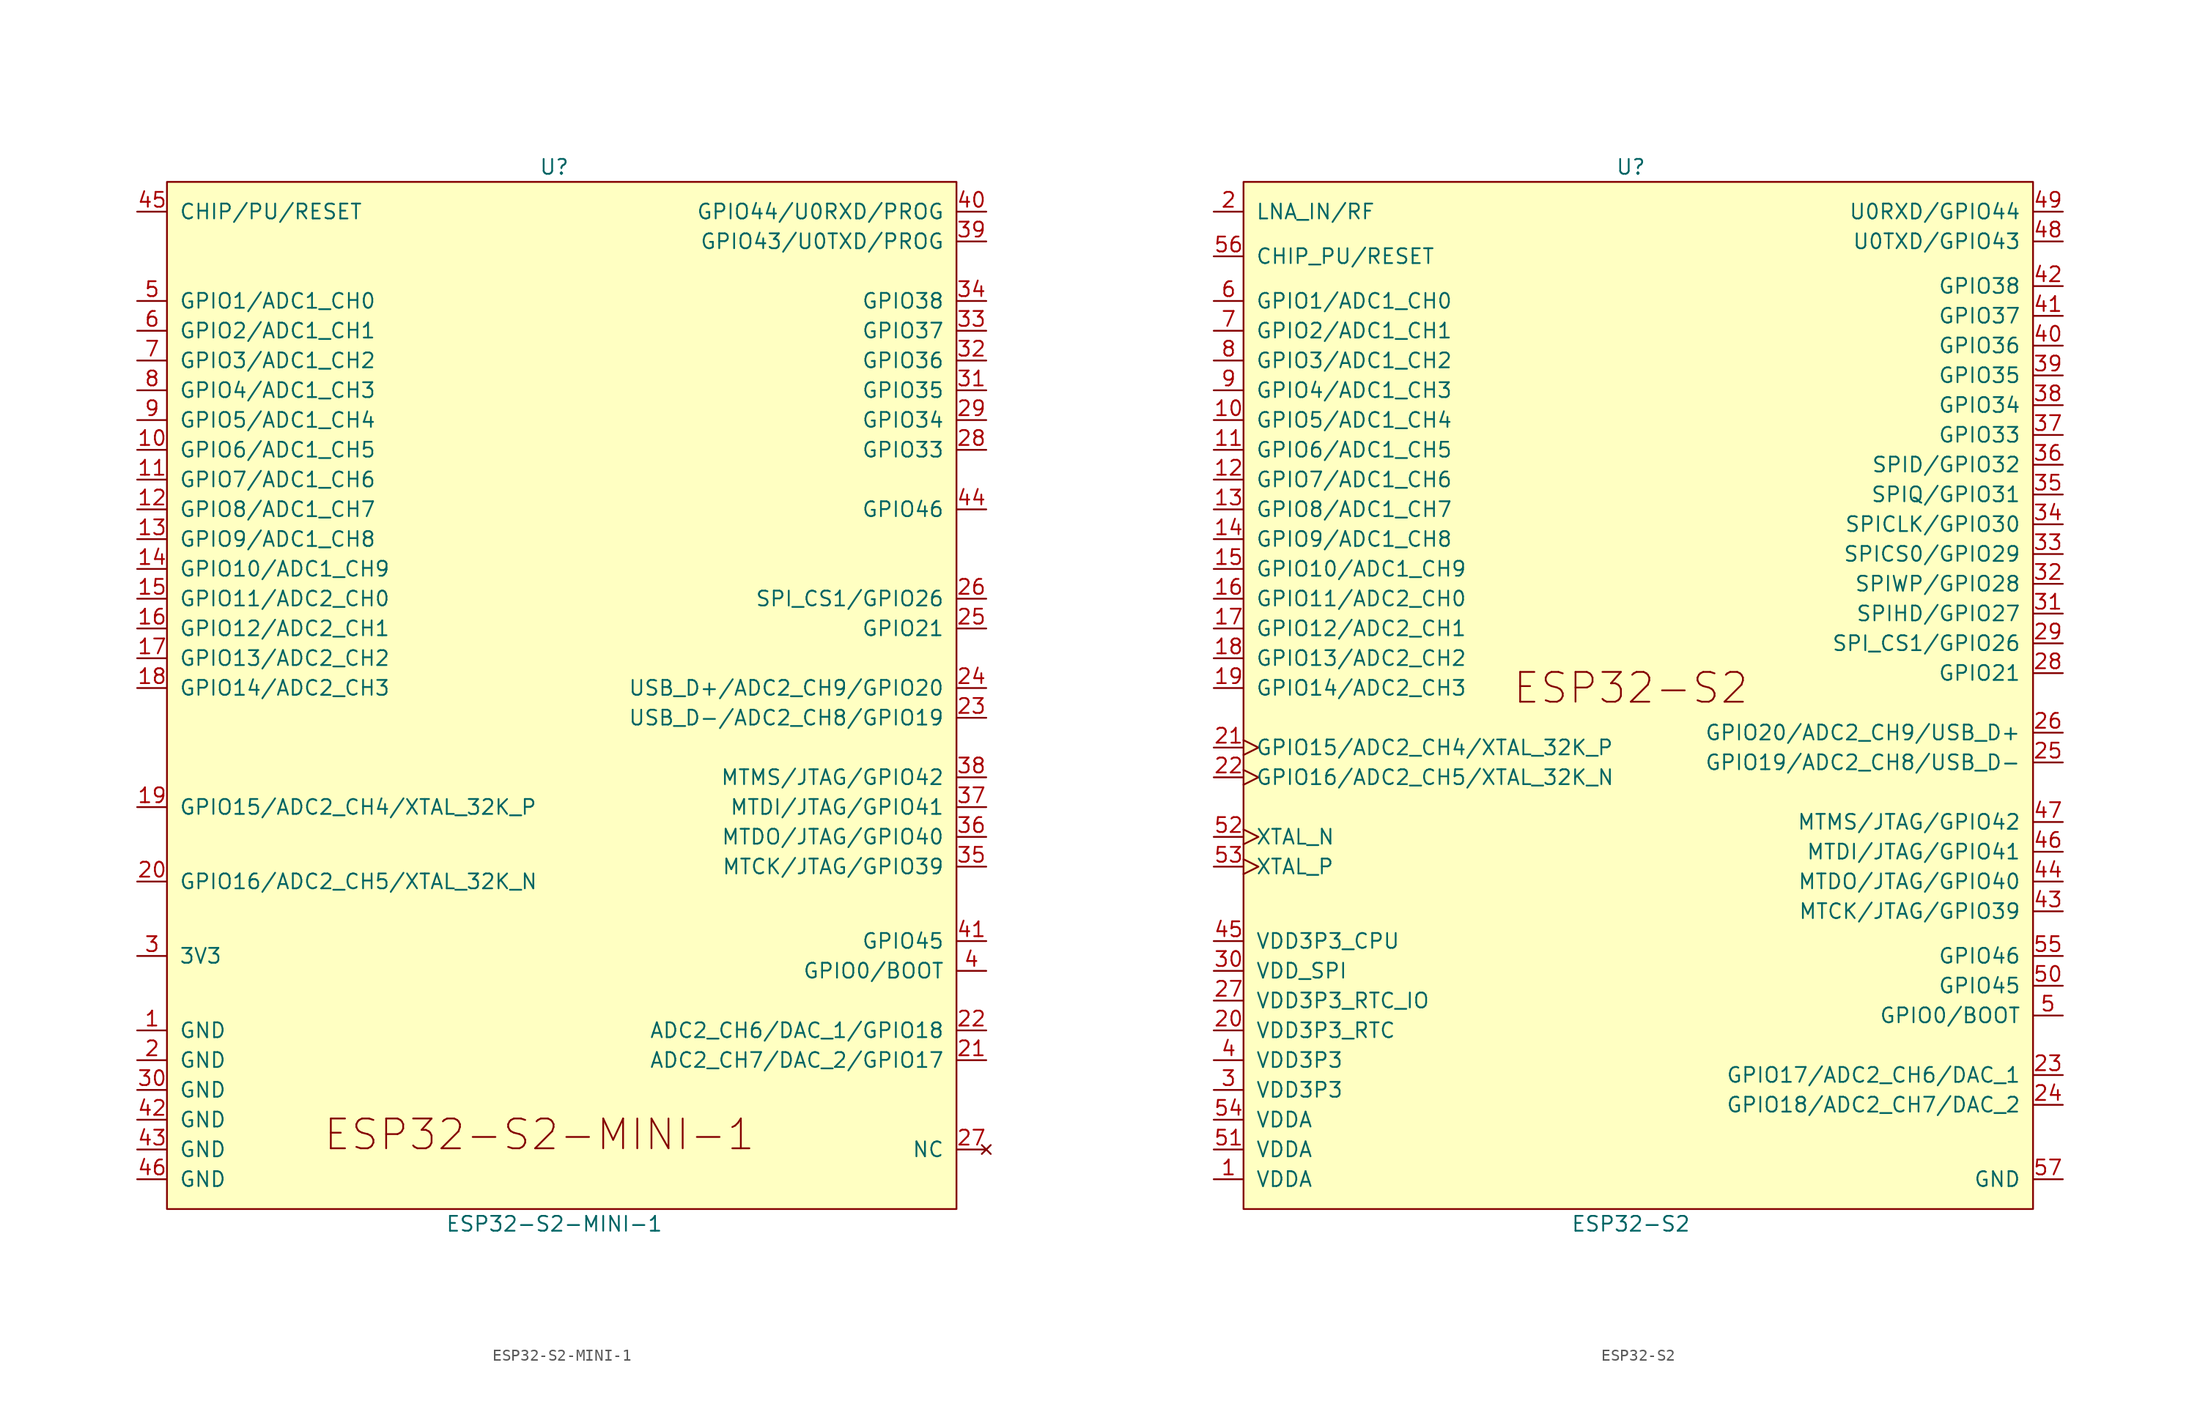
<source format=kicad_sym>
(kicad_symbol_lib
  (version 20211014)
  (generator kicad_symbol_editor)
  (symbol "ESP32-S2-MINI-1"
    (pin_names
      (offset 1.016))
    (property "Reference" "U"
      (at 0 46.99 0)
      (effects (font (size 1.27 1.27))))
    (property "Value" "ESP32-S2-MINI-1"
      (at 0 -43.18 0)
      (effects (font (size 1.27 1.27))))
    (symbol "ESP32-S2-MINI-1_0_0"
      (pin power_in line (at -35.56 -36.83 0) (length 2.54) (name "GND" (effects (font (size 1.27 1.27)))) (number "43" (effects (font (size 1.27 1.27)))))
      (pin input line (at 36.83 17.78 180) (length 2.54) (name "GPIO46" (effects (font (size 1.27 1.27)))) (number "44" (effects (font (size 1.27 1.27)))))
      (pin bidirectional line (at -35.56 43.18 0) (length 2.54) (name "CHIP/PU/RESET" (effects (font (size 1.27 1.27)))) (number "45" (effects (font (size 1.27 1.27)))))
      (pin power_in line (at -35.56 -39.37 0) (length 2.54) (name "GND" (effects (font (size 1.27 1.27)))) (number "46" (effects (font (size 1.27 1.27))))))
    (symbol "ESP32-S2-MINI-1_1_1"
      (rectangle (start -33.02 -41.91) (end 34.29 45.72) (stroke (width 0) (type default) (color 0 0 0 0)) (fill (type background)))
      (text "ESP32-S2-MINI-1" (at -1.27 -35.56 0) (effects (font (size 2.54 2.54))))
      (pin power_in line (at -35.56 -26.67 0) (length 2.54) (name "GND" (effects (font (size 1.27 1.27)))) (number "1" (effects (font (size 1.27 1.27)))))
      (pin bidirectional line (at -35.56 22.86 0) (length 2.54) (name "GPIO6/ADC1_CH5" (effects (font (size 1.27 1.27)))) (number "10" (effects (font (size 1.27 1.27)))))
      (pin bidirectional line (at -35.56 20.32 0) (length 2.54) (name "GPIO7/ADC1_CH6" (effects (font (size 1.27 1.27)))) (number "11" (effects (font (size 1.27 1.27)))))
      (pin bidirectional line (at -35.56 17.78 0) (length 2.54) (name "GPIO8/ADC1_CH7" (effects (font (size 1.27 1.27)))) (number "12" (effects (font (size 1.27 1.27)))))
      (pin bidirectional line (at -35.56 15.24 0) (length 2.54) (name "GPIO9/ADC1_CH8" (effects (font (size 1.27 1.27)))) (number "13" (effects (font (size 1.27 1.27)))))
      (pin bidirectional line (at -35.56 12.7 0) (length 2.54) (name "GPIO10/ADC1_CH9" (effects (font (size 1.27 1.27)))) (number "14" (effects (font (size 1.27 1.27)))))
      (pin bidirectional line (at -35.56 10.16 0) (length 2.54) (name "GPIO11/ADC2_CH0" (effects (font (size 1.27 1.27)))) (number "15" (effects (font (size 1.27 1.27)))))
      (pin bidirectional line (at -35.56 7.62 0) (length 2.54) (name "GPIO12/ADC2_CH1" (effects (font (size 1.27 1.27)))) (number "16" (effects (font (size 1.27 1.27)))))
      (pin bidirectional line (at -35.56 5.08 0) (length 2.54) (name "GPIO13/ADC2_CH2" (effects (font (size 1.27 1.27)))) (number "17" (effects (font (size 1.27 1.27)))))
      (pin bidirectional line (at -35.56 2.54 0) (length 2.54) (name "GPIO14/ADC2_CH3" (effects (font (size 1.27 1.27)))) (number "18" (effects (font (size 1.27 1.27)))))
      (pin bidirectional line (at -35.56 -7.62 0) (length 2.54) (name "GPIO15/ADC2_CH4/XTAL_32K_P" (effects (font (size 1.27 1.27)))) (number "19" (effects (font (size 1.27 1.27)))))
      (pin power_in line (at -35.56 -29.21 0) (length 2.54) (name "GND" (effects (font (size 1.27 1.27)))) (number "2" (effects (font (size 1.27 1.27)))))
      (pin bidirectional line (at -35.56 -13.97 0) (length 2.54) (name "GPIO16/ADC2_CH5/XTAL_32K_N" (effects (font (size 1.27 1.27)))) (number "20" (effects (font (size 1.27 1.27)))))
      (pin bidirectional line (at 36.83 -29.21 180) (length 2.54) (name "ADC2_CH7/DAC_2/GPIO17" (effects (font (size 1.27 1.27)))) (number "21" (effects (font (size 1.27 1.27)))))
      (pin bidirectional line (at 36.83 -26.67 180) (length 2.54) (name "ADC2_CH6/DAC_1/GPIO18" (effects (font (size 1.27 1.27)))) (number "22" (effects (font (size 1.27 1.27)))))
      (pin bidirectional line (at 36.83 0 180) (length 2.54) (name "USB_D-/ADC2_CH8/GPIO19" (effects (font (size 1.27 1.27)))) (number "23" (effects (font (size 1.27 1.27)))))
      (pin bidirectional line (at 36.83 2.54 180) (length 2.54) (name "USB_D+/ADC2_CH9/GPIO20" (effects (font (size 1.27 1.27)))) (number "24" (effects (font (size 1.27 1.27)))))
      (pin bidirectional line (at 36.83 7.62 180) (length 2.54) (name "GPIO21" (effects (font (size 1.27 1.27)))) (number "25" (effects (font (size 1.27 1.27)))))
      (pin bidirectional line (at 36.83 10.16 180) (length 2.54) (name "SPI_CS1/GPIO26" (effects (font (size 1.27 1.27)))) (number "26" (effects (font (size 1.27 1.27)))))
      (pin no_connect line (at 36.83 -36.83 180) (length 2.54) (name "NC" (effects (font (size 1.27 1.27)))) (number "27" (effects (font (size 1.27 1.27)))))
      (pin bidirectional line (at 36.83 22.86 180) (length 2.54) (name "GPIO33" (effects (font (size 1.27 1.27)))) (number "28" (effects (font (size 1.27 1.27)))))
      (pin bidirectional line (at 36.83 25.4 180) (length 2.54) (name "GPIO34" (effects (font (size 1.27 1.27)))) (number "29" (effects (font (size 1.27 1.27)))))
      (pin power_in line (at -35.56 -20.32 0) (length 2.54) (name "3V3" (effects (font (size 1.27 1.27)))) (number "3" (effects (font (size 1.27 1.27)))))
      (pin power_in line (at -35.56 -31.75 0) (length 2.54) (name "GND" (effects (font (size 1.27 1.27)))) (number "30" (effects (font (size 1.27 1.27)))))
      (pin bidirectional line (at 36.83 27.94 180) (length 2.54) (name "GPIO35" (effects (font (size 1.27 1.27)))) (number "31" (effects (font (size 1.27 1.27)))))
      (pin bidirectional line (at 36.83 30.48 180) (length 2.54) (name "GPIO36" (effects (font (size 1.27 1.27)))) (number "32" (effects (font (size 1.27 1.27)))))
      (pin bidirectional line (at 36.83 33.02 180) (length 2.54) (name "GPIO37" (effects (font (size 1.27 1.27)))) (number "33" (effects (font (size 1.27 1.27)))))
      (pin bidirectional line (at 36.83 35.56 180) (length 2.54) (name "GPIO38" (effects (font (size 1.27 1.27)))) (number "34" (effects (font (size 1.27 1.27)))))
      (pin bidirectional line (at 36.83 -12.7 180) (length 2.54) (name "MTCK/JTAG/GPIO39" (effects (font (size 1.27 1.27)))) (number "35" (effects (font (size 1.27 1.27)))))
      (pin bidirectional line (at 36.83 -10.16 180) (length 2.54) (name "MTDO/JTAG/GPIO40" (effects (font (size 1.27 1.27)))) (number "36" (effects (font (size 1.27 1.27)))))
      (pin bidirectional line (at 36.83 -7.62 180) (length 2.54) (name "MTDI/JTAG/GPIO41" (effects (font (size 1.27 1.27)))) (number "37" (effects (font (size 1.27 1.27)))))
      (pin bidirectional line (at 36.83 -5.08 180) (length 2.54) (name "MTMS/JTAG/GPIO42" (effects (font (size 1.27 1.27)))) (number "38" (effects (font (size 1.27 1.27)))))
      (pin bidirectional line (at 36.83 40.64 180) (length 2.54) (name "GPIO43/U0TXD/PROG" (effects (font (size 1.27 1.27)))) (number "39" (effects (font (size 1.27 1.27)))))
      (pin bidirectional line (at 36.83 -21.59 180) (length 2.54) (name "GPIO0/BOOT" (effects (font (size 1.27 1.27)))) (number "4" (effects (font (size 1.27 1.27)))))
      (pin bidirectional line (at 36.83 43.18 180) (length 2.54) (name "GPIO44/U0RXD/PROG" (effects (font (size 1.27 1.27)))) (number "40" (effects (font (size 1.27 1.27)))))
      (pin bidirectional line (at 36.83 -19.05 180) (length 2.54) (name "GPIO45" (effects (font (size 1.27 1.27)))) (number "41" (effects (font (size 1.27 1.27)))))
      (pin power_in line (at -35.56 -34.29 0) (length 2.54) (name "GND" (effects (font (size 1.27 1.27)))) (number "42" (effects (font (size 1.27 1.27)))))
      (pin bidirectional line (at -35.56 35.56 0) (length 2.54) (name "GPIO1/ADC1_CH0" (effects (font (size 1.27 1.27)))) (number "5" (effects (font (size 1.27 1.27)))))
      (pin bidirectional line (at -35.56 33.02 0) (length 2.54) (name "GPIO2/ADC1_CH1" (effects (font (size 1.27 1.27)))) (number "6" (effects (font (size 1.27 1.27)))))
      (pin bidirectional line (at -35.56 30.48 0) (length 2.54) (name "GPIO3/ADC1_CH2" (effects (font (size 1.27 1.27)))) (number "7" (effects (font (size 1.27 1.27)))))
      (pin bidirectional line (at -35.56 27.94 0) (length 2.54) (name "GPIO4/ADC1_CH3" (effects (font (size 1.27 1.27)))) (number "8" (effects (font (size 1.27 1.27)))))
      (pin bidirectional line (at -35.56 25.4 0) (length 2.54) (name "GPIO5/ADC1_CH4" (effects (font (size 1.27 1.27)))) (number "9" (effects (font (size 1.27 1.27)))))))
  (symbol "ESP32-S2"
    (pin_names
      (offset 1.016))
    (property "Reference" "U"
      (at 0 44.45 0)
      (effects (font (size 1.27 1.27))))
    (property "Value" "ESP32-S2"
      (at 0 -45.72 0)
      (effects (font (size 1.27 1.27))))
    (symbol "ESP32-S2_0_0"
      (text "ESP32-S2" (at 0 0 0) (effects (font (size 2.54 2.54)))))
    (symbol "ESP32-S2_0_1"
      (rectangle (start -33.02 43.18) (end 34.29 -44.45) (stroke (width 0) (type default) (color 0 0 0 0)) (fill (type background))))
    (symbol "ESP32-S2_1_1"
      (pin power_in line (at -35.56 -41.91 0) (length 2.54) (name "VDDA" (effects (font (size 1.27 1.27)))) (number "1" (effects (font (size 1.27 1.27)))))
      (pin bidirectional line (at -35.56 22.86 0) (length 2.54) (name "GPIO5/ADC1_CH4" (effects (font (size 1.27 1.27)))) (number "10" (effects (font (size 1.27 1.27)))))
      (pin bidirectional line (at -35.56 20.32 0) (length 2.54) (name "GPIO6/ADC1_CH5" (effects (font (size 1.27 1.27)))) (number "11" (effects (font (size 1.27 1.27)))))
      (pin bidirectional line (at -35.56 17.78 0) (length 2.54) (name "GPIO7/ADC1_CH6" (effects (font (size 1.27 1.27)))) (number "12" (effects (font (size 1.27 1.27)))))
      (pin bidirectional line (at -35.56 15.24 0) (length 2.54) (name "GPIO8/ADC1_CH7" (effects (font (size 1.27 1.27)))) (number "13" (effects (font (size 1.27 1.27)))))
      (pin bidirectional line (at -35.56 12.7 0) (length 2.54) (name "GPIO9/ADC1_CH8" (effects (font (size 1.27 1.27)))) (number "14" (effects (font (size 1.27 1.27)))))
      (pin bidirectional line (at -35.56 10.16 0) (length 2.54) (name "GPIO10/ADC1_CH9" (effects (font (size 1.27 1.27)))) (number "15" (effects (font (size 1.27 1.27)))))
      (pin bidirectional line (at -35.56 7.62 0) (length 2.54) (name "GPIO11/ADC2_CH0" (effects (font (size 1.27 1.27)))) (number "16" (effects (font (size 1.27 1.27)))))
      (pin bidirectional line (at -35.56 5.08 0) (length 2.54) (name "GPIO12/ADC2_CH1" (effects (font (size 1.27 1.27)))) (number "17" (effects (font (size 1.27 1.27)))))
      (pin bidirectional line (at -35.56 2.54 0) (length 2.54) (name "GPIO13/ADC2_CH2" (effects (font (size 1.27 1.27)))) (number "18" (effects (font (size 1.27 1.27)))))
      (pin bidirectional line (at -35.56 0 0) (length 2.54) (name "GPIO14/ADC2_CH3" (effects (font (size 1.27 1.27)))) (number "19" (effects (font (size 1.27 1.27)))))
      (pin bidirectional line (at -35.56 40.64 0) (length 2.54) (name "LNA_IN/RF" (effects (font (size 1.27 1.27)))) (number "2" (effects (font (size 1.27 1.27)))))
      (pin power_in line (at -35.56 -29.21 0) (length 2.54) (name "VDD3P3_RTC" (effects (font (size 1.27 1.27)))) (number "20" (effects (font (size 1.27 1.27)))))
      (pin bidirectional clock (at -35.56 -5.08 0) (length 2.54) (name "GPIO15/ADC2_CH4/XTAL_32K_P" (effects (font (size 1.27 1.27)))) (number "21" (effects (font (size 1.27 1.27)))))
      (pin bidirectional clock (at -35.56 -7.62 0) (length 2.54) (name "GPIO16/ADC2_CH5/XTAL_32K_N" (effects (font (size 1.27 1.27)))) (number "22" (effects (font (size 1.27 1.27)))))
      (pin bidirectional line (at 36.83 -33.02 180) (length 2.54) (name "GPIO17/ADC2_CH6/DAC_1" (effects (font (size 1.27 1.27)))) (number "23" (effects (font (size 1.27 1.27)))))
      (pin bidirectional line (at 36.83 -35.56 180) (length 2.54) (name "GPIO18/ADC2_CH7/DAC_2" (effects (font (size 1.27 1.27)))) (number "24" (effects (font (size 1.27 1.27)))))
      (pin bidirectional line (at 36.83 -6.35 180) (length 2.54) (name "GPIO19/ADC2_CH8/USB_D-" (effects (font (size 1.27 1.27)))) (number "25" (effects (font (size 1.27 1.27)))))
      (pin bidirectional line (at 36.83 -3.81 180) (length 2.54) (name "GPIO20/ADC2_CH9/USB_D+" (effects (font (size 1.27 1.27)))) (number "26" (effects (font (size 1.27 1.27)))))
      (pin power_in line (at -35.56 -26.67 0) (length 2.54) (name "VDD3P3_RTC_IO" (effects (font (size 1.27 1.27)))) (number "27" (effects (font (size 1.27 1.27)))))
      (pin bidirectional line (at 36.83 1.27 180) (length 2.54) (name "GPIO21" (effects (font (size 1.27 1.27)))) (number "28" (effects (font (size 1.27 1.27)))))
      (pin bidirectional line (at 36.83 3.81 180) (length 2.54) (name "SPI_CS1/GPIO26" (effects (font (size 1.27 1.27)))) (number "29" (effects (font (size 1.27 1.27)))))
      (pin power_in line (at -35.56 -34.29 0) (length 2.54) (name "VDD3P3" (effects (font (size 1.27 1.27)))) (number "3" (effects (font (size 1.27 1.27)))))
      (pin power_in line (at -35.56 -24.13 0) (length 2.54) (name "VDD_SPI" (effects (font (size 1.27 1.27)))) (number "30" (effects (font (size 1.27 1.27)))))
      (pin bidirectional line (at 36.83 6.35 180) (length 2.54) (name "SPIHD/GPIO27" (effects (font (size 1.27 1.27)))) (number "31" (effects (font (size 1.27 1.27)))))
      (pin bidirectional line (at 36.83 8.89 180) (length 2.54) (name "SPIWP/GPIO28" (effects (font (size 1.27 1.27)))) (number "32" (effects (font (size 1.27 1.27)))))
      (pin bidirectional line (at 36.83 11.43 180) (length 2.54) (name "SPICS0/GPIO29" (effects (font (size 1.27 1.27)))) (number "33" (effects (font (size 1.27 1.27)))))
      (pin bidirectional line (at 36.83 13.97 180) (length 2.54) (name "SPICLK/GPIO30" (effects (font (size 1.27 1.27)))) (number "34" (effects (font (size 1.27 1.27)))))
      (pin bidirectional line (at 36.83 16.51 180) (length 2.54) (name "SPIQ/GPIO31" (effects (font (size 1.27 1.27)))) (number "35" (effects (font (size 1.27 1.27)))))
      (pin bidirectional line (at 36.83 19.05 180) (length 2.54) (name "SPID/GPIO32" (effects (font (size 1.27 1.27)))) (number "36" (effects (font (size 1.27 1.27)))))
      (pin bidirectional line (at 36.83 21.59 180) (length 2.54) (name "GPIO33" (effects (font (size 1.27 1.27)))) (number "37" (effects (font (size 1.27 1.27)))))
      (pin bidirectional line (at 36.83 24.13 180) (length 2.54) (name "GPIO34" (effects (font (size 1.27 1.27)))) (number "38" (effects (font (size 1.27 1.27)))))
      (pin bidirectional line (at 36.83 26.67 180) (length 2.54) (name "GPIO35" (effects (font (size 1.27 1.27)))) (number "39" (effects (font (size 1.27 1.27)))))
      (pin power_in line (at -35.56 -31.75 0) (length 2.54) (name "VDD3P3" (effects (font (size 1.27 1.27)))) (number "4" (effects (font (size 1.27 1.27)))))
      (pin bidirectional line (at 36.83 29.21 180) (length 2.54) (name "GPIO36" (effects (font (size 1.27 1.27)))) (number "40" (effects (font (size 1.27 1.27)))))
      (pin bidirectional line (at 36.83 31.75 180) (length 2.54) (name "GPIO37" (effects (font (size 1.27 1.27)))) (number "41" (effects (font (size 1.27 1.27)))))
      (pin bidirectional line (at 36.83 34.29 180) (length 2.54) (name "GPIO38" (effects (font (size 1.27 1.27)))) (number "42" (effects (font (size 1.27 1.27)))))
      (pin input line (at 36.83 -19.05 180) (length 2.54) (name "MTCK/JTAG/GPIO39" (effects (font (size 1.27 1.27)))) (number "43" (effects (font (size 1.27 1.27)))))
      (pin output line (at 36.83 -16.51 180) (length 2.54) (name "MTDO/JTAG/GPIO40" (effects (font (size 1.27 1.27)))) (number "44" (effects (font (size 1.27 1.27)))))
      (pin power_in line (at -35.56 -21.59 0) (length 2.54) (name "VDD3P3_CPU" (effects (font (size 1.27 1.27)))) (number "45" (effects (font (size 1.27 1.27)))))
      (pin input line (at 36.83 -13.97 180) (length 2.54) (name "MTDI/JTAG/GPIO41" (effects (font (size 1.27 1.27)))) (number "46" (effects (font (size 1.27 1.27)))))
      (pin output line (at 36.83 -11.43 180) (length 2.54) (name "MTMS/JTAG/GPIO42" (effects (font (size 1.27 1.27)))) (number "47" (effects (font (size 1.27 1.27)))))
      (pin bidirectional line (at 36.83 38.1 180) (length 2.54) (name "U0TXD/GPIO43" (effects (font (size 1.27 1.27)))) (number "48" (effects (font (size 1.27 1.27)))))
      (pin bidirectional line (at 36.83 40.64 180) (length 2.54) (name "U0RXD/GPIO44" (effects (font (size 1.27 1.27)))) (number "49" (effects (font (size 1.27 1.27)))))
      (pin bidirectional line (at 36.83 -27.94 180) (length 2.54) (name "GPIO0/BOOT" (effects (font (size 1.27 1.27)))) (number "5" (effects (font (size 1.27 1.27)))))
      (pin bidirectional line (at 36.83 -25.4 180) (length 2.54) (name "GPIO45" (effects (font (size 1.27 1.27)))) (number "50" (effects (font (size 1.27 1.27)))))
      (pin power_in line (at -35.56 -39.37 0) (length 2.54) (name "VDDA" (effects (font (size 1.27 1.27)))) (number "51" (effects (font (size 1.27 1.27)))))
      (pin bidirectional clock (at -35.56 -12.7 0) (length 2.54) (name "XTAL_N" (effects (font (size 1.27 1.27)))) (number "52" (effects (font (size 1.27 1.27)))))
      (pin bidirectional clock (at -35.56 -15.24 0) (length 2.54) (name "XTAL_P" (effects (font (size 1.27 1.27)))) (number "53" (effects (font (size 1.27 1.27)))))
      (pin power_in line (at -35.56 -36.83 0) (length 2.54) (name "VDDA" (effects (font (size 1.27 1.27)))) (number "54" (effects (font (size 1.27 1.27)))))
      (pin input line (at 36.83 -22.86 180) (length 2.54) (name "GPIO46" (effects (font (size 1.27 1.27)))) (number "55" (effects (font (size 1.27 1.27)))))
      (pin bidirectional line (at -35.56 36.83 0) (length 2.54) (name "CHIP_PU/RESET" (effects (font (size 1.27 1.27)))) (number "56" (effects (font (size 1.27 1.27)))))
      (pin power_in line (at 36.83 -41.91 180) (length 2.54) (name "GND" (effects (font (size 1.27 1.27)))) (number "57" (effects (font (size 1.27 1.27)))))
      (pin bidirectional line (at -35.56 33.02 0) (length 2.54) (name "GPIO1/ADC1_CH0" (effects (font (size 1.27 1.27)))) (number "6" (effects (font (size 1.27 1.27)))))
      (pin bidirectional line (at -35.56 30.48 0) (length 2.54) (name "GPIO2/ADC1_CH1" (effects (font (size 1.27 1.27)))) (number "7" (effects (font (size 1.27 1.27)))))
      (pin bidirectional line (at -35.56 27.94 0) (length 2.54) (name "GPIO3/ADC1_CH2" (effects (font (size 1.27 1.27)))) (number "8" (effects (font (size 1.27 1.27)))))
      (pin bidirectional line (at -35.56 25.4 0) (length 2.54) (name "GPIO4/ADC1_CH3" (effects (font (size 1.27 1.27)))) (number "9" (effects (font (size 1.27 1.27))))))))
</source>
